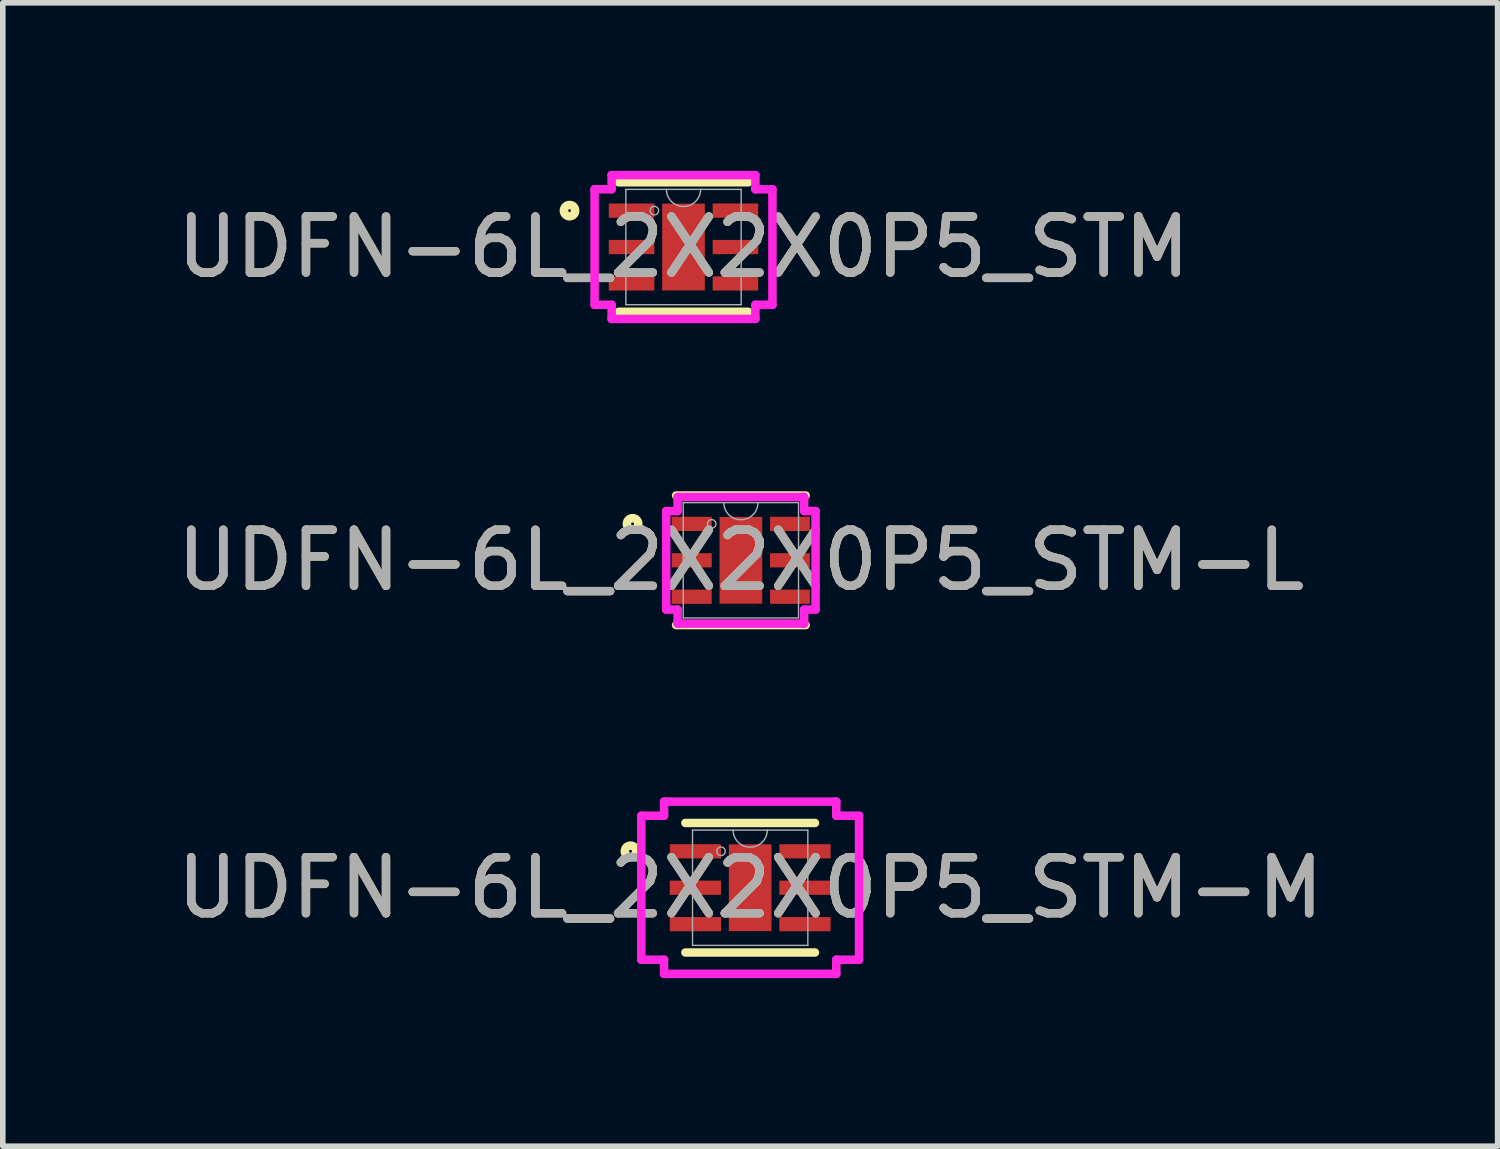
<source format=kicad_pcb>
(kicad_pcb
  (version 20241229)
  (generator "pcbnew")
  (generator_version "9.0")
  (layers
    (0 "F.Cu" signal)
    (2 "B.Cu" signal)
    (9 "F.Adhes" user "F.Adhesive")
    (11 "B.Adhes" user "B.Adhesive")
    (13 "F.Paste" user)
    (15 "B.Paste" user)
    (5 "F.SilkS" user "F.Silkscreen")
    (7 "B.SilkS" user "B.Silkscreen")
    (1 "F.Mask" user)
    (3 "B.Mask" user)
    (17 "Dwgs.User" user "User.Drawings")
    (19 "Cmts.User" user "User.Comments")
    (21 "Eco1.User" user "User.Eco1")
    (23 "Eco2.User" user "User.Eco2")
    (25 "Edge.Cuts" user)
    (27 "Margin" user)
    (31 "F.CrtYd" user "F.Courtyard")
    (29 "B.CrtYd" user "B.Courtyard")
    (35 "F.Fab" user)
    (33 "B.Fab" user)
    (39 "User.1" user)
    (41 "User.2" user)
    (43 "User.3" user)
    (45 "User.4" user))
  (footprint "UDFN-6L_2X2X0P5_STM"
    (layer "F.Cu")
    (at 9.149 1.359)
    (property "Reference" "UDFN-6L_2X2X0P5_STM" (at 0 0 0) (unlocked yes) (layer "F.SilkS") (effects (font (size 1 1) (thickness 0.15))))
    (attr smd)
    (fp_line (start -1.156 1.156) (end 1.156 1.156) (stroke (width 0.152) (type solid)) (layer "F.SilkS"))
    (fp_line (start 1.156 -1.156) (end -1.156 -1.156) (stroke (width 0.152) (type solid)) (layer "F.SilkS"))
    (fp_circle (center -2.034 -0.65) (end -1.933 -0.65) (stroke (width 0.152) (type solid)) (fill no) (layer "F.SilkS"))
    (fp_line (start -1.587 -1.031) (end -1.283 -1.031) (stroke (width 0.152) (type solid)) (layer "F.CrtYd"))
    (fp_line (start -1.587 1.031) (end -1.587 -1.031) (stroke (width 0.152) (type solid)) (layer "F.CrtYd"))
    (fp_line (start -1.587 1.031) (end -1.283 1.031) (stroke (width 0.152) (type solid)) (layer "F.CrtYd"))
    (fp_line (start -1.283 -1.283) (end 1.283 -1.283) (stroke (width 0.152) (type solid)) (layer "F.CrtYd"))
    (fp_line (start -1.283 -1.031) (end -1.283 -1.283) (stroke (width 0.152) (type solid)) (layer "F.CrtYd"))
    (fp_line (start -1.283 1.283) (end -1.283 1.031) (stroke (width 0.152) (type solid)) (layer "F.CrtYd"))
    (fp_line (start 1.283 -1.283) (end 1.283 -1.031) (stroke (width 0.152) (type solid)) (layer "F.CrtYd"))
    (fp_line (start 1.283 1.031) (end 1.283 1.283) (stroke (width 0.152) (type solid)) (layer "F.CrtYd"))
    (fp_line (start 1.283 1.283) (end -1.283 1.283) (stroke (width 0.152) (type solid)) (layer "F.CrtYd"))
    (fp_line (start 1.587 -1.031) (end 1.283 -1.031) (stroke (width 0.152) (type solid)) (layer "F.CrtYd"))
    (fp_line (start 1.587 -1.031) (end 1.587 1.031) (stroke (width 0.152) (type solid)) (layer "F.CrtYd"))
    (fp_line (start 1.587 1.031) (end 1.283 1.031) (stroke (width 0.152) (type solid)) (layer "F.CrtYd"))
    (fp_line (start -1.029 -1.029) (end -1.029 1.029) (stroke (width 0.025) (type solid)) (layer "F.Fab"))
    (fp_line (start -1.029 1.029) (end 1.029 1.029) (stroke (width 0.025) (type solid)) (layer "F.Fab"))
    (fp_line (start 1.029 -1.029) (end -1.029 -1.029) (stroke (width 0.025) (type solid)) (layer "F.Fab"))
    (fp_line (start 1.029 1.029) (end 1.029 -1.029) (stroke (width 0.025) (type solid)) (layer "F.Fab"))
    (fp_arc (start 0.3048 -1.0287) (mid 0 -0.7239) (end -0.3048 -1.0287) (stroke (width 0.0254) (type solid)) (layer "F.Fab"))
    (fp_circle (center -0.521 -0.65) (end -0.445 -0.65) (stroke (width 0.025) (type solid)) (fill no) (layer "F.Fab"))
    (fp_text user "${REFERENCE}" (at 0 0 0) (unlocked yes) (layer "F.Fab") (effects (font (size 1 1) (thickness 0.15))))
    (pad "1" smd rect (at -0.927 -0.65) (size 0.813 0.254) (layers "F.Cu" "F.Mask" "F.Paste"))
    (pad "2" smd rect (at -0.927 0) (size 0.813 0.254) (layers "F.Cu" "F.Mask" "F.Paste"))
    (pad "3" smd rect (at -0.927 0.65) (size 0.813 0.254) (layers "F.Cu" "F.Mask" "F.Paste"))
    (pad "4" smd rect (at 0.927 0.65) (size 0.813 0.254) (layers "F.Cu" "F.Mask" "F.Paste"))
    (pad "5" smd rect (at 0.927 0) (size 0.813 0.254) (layers "F.Cu" "F.Mask" "F.Paste"))
    (pad "6" smd rect (at 0.927 -0.65) (size 0.813 0.254) (layers "F.Cu" "F.Mask" "F.Paste"))
    (pad "7" smd rect (at 0 0) (size 0.762 1.549) (layers "F.Cu" "F.Mask" "F.Paste")))
  (footprint "UDFN-6L_2X2X0P5_STM-L"
    (layer "F.Cu")
    (at 10.173 6.95)
    (property "Reference" "UDFN-6L_2X2X0P5_STM-L" (at 0 0 0) (unlocked yes) (layer "F.SilkS") (effects (font (size 1 1) (thickness 0.15))))
    (attr smd)
    (fp_line (start -1.156 1.156) (end 1.156 1.156) (stroke (width 0.152) (type solid)) (layer "F.SilkS"))
    (fp_line (start 1.156 -1.156) (end -1.156 -1.156) (stroke (width 0.152) (type solid)) (layer "F.SilkS"))
    (fp_circle (center -1.933 -0.65) (end -1.831 -0.65) (stroke (width 0.152) (type solid)) (fill no) (layer "F.SilkS"))
    (fp_line (start -1.333 -0.879) (end -1.13 -0.879) (stroke (width 0.152) (type solid)) (layer "F.CrtYd"))
    (fp_line (start -1.333 0.879) (end -1.333 -0.879) (stroke (width 0.152) (type solid)) (layer "F.CrtYd"))
    (fp_line (start -1.333 0.879) (end -1.13 0.879) (stroke (width 0.152) (type solid)) (layer "F.CrtYd"))
    (fp_line (start -1.13 -1.13) (end 1.13 -1.13) (stroke (width 0.152) (type solid)) (layer "F.CrtYd"))
    (fp_line (start -1.13 -0.879) (end -1.13 -1.13) (stroke (width 0.152) (type solid)) (layer "F.CrtYd"))
    (fp_line (start -1.13 1.13) (end -1.13 0.879) (stroke (width 0.152) (type solid)) (layer "F.CrtYd"))
    (fp_line (start 1.13 -1.13) (end 1.13 -0.879) (stroke (width 0.152) (type solid)) (layer "F.CrtYd"))
    (fp_line (start 1.13 0.879) (end 1.13 1.13) (stroke (width 0.152) (type solid)) (layer "F.CrtYd"))
    (fp_line (start 1.13 1.13) (end -1.13 1.13) (stroke (width 0.152) (type solid)) (layer "F.CrtYd"))
    (fp_line (start 1.333 -0.879) (end 1.13 -0.879) (stroke (width 0.152) (type solid)) (layer "F.CrtYd"))
    (fp_line (start 1.333 -0.879) (end 1.333 0.879) (stroke (width 0.152) (type solid)) (layer "F.CrtYd"))
    (fp_line (start 1.333 0.879) (end 1.13 0.879) (stroke (width 0.152) (type solid)) (layer "F.CrtYd"))
    (fp_line (start -1.029 -1.029) (end -1.029 1.029) (stroke (width 0.025) (type solid)) (layer "F.Fab"))
    (fp_line (start -1.029 1.029) (end 1.029 1.029) (stroke (width 0.025) (type solid)) (layer "F.Fab"))
    (fp_line (start 1.029 -1.029) (end -1.029 -1.029) (stroke (width 0.025) (type solid)) (layer "F.Fab"))
    (fp_line (start 1.029 1.029) (end 1.029 -1.029) (stroke (width 0.025) (type solid)) (layer "F.Fab"))
    (fp_arc (start 0.3048 -1.0287) (mid 0 -0.7239) (end -0.3048 -1.0287) (stroke (width 0.0254) (type solid)) (layer "F.Fab"))
    (fp_circle (center -0.521 -0.65) (end -0.445 -0.65) (stroke (width 0.025) (type solid)) (fill no) (layer "F.Fab"))
    (fp_text user "${REFERENCE}" (at 0 0 0) (unlocked yes) (layer "F.Fab") (effects (font (size 1 1) (thickness 0.15))))
    (pad "1" smd rect (at -0.876 -0.65) (size 0.711 0.254) (layers "F.Cu" "F.Mask" "F.Paste"))
    (pad "2" smd rect (at -0.876 0) (size 0.711 0.254) (layers "F.Cu" "F.Mask" "F.Paste"))
    (pad "3" smd rect (at -0.876 0.65) (size 0.711 0.254) (layers "F.Cu" "F.Mask" "F.Paste"))
    (pad "4" smd rect (at 0.876 0.65) (size 0.711 0.254) (layers "F.Cu" "F.Mask" "F.Paste"))
    (pad "5" smd rect (at 0.876 0) (size 0.711 0.254) (layers "F.Cu" "F.Mask" "F.Paste"))
    (pad "6" smd rect (at 0.876 -0.65) (size 0.711 0.254) (layers "F.Cu" "F.Mask" "F.Paste"))
    (pad "7" smd rect (at 0 0) (size 0.762 1.549) (layers "F.Cu" "F.Mask" "F.Paste")))
  (footprint "UDFN-6L_2X2X0P5_STM-M"
    (layer "F.Cu")
    (at 10.339 12.794)
    (property "Reference" "UDFN-6L_2X2X0P5_STM-M" (at 0 0 0) (unlocked yes) (layer "F.SilkS") (effects (font (size 1 1) (thickness 0.15))))
    (attr smd)
    (fp_line (start -1.156 1.156) (end 1.156 1.156) (stroke (width 0.152) (type solid)) (layer "F.SilkS"))
    (fp_line (start 1.156 -1.156) (end -1.156 -1.156) (stroke (width 0.152) (type solid)) (layer "F.SilkS"))
    (fp_circle (center -2.136 -0.65) (end -2.034 -0.65) (stroke (width 0.152) (type solid)) (fill no) (layer "F.SilkS"))
    (fp_line (start -1.943 -1.285) (end -1.537 -1.285) (stroke (width 0.152) (type solid)) (layer "F.CrtYd"))
    (fp_line (start -1.943 1.285) (end -1.943 -1.285) (stroke (width 0.152) (type solid)) (layer "F.CrtYd"))
    (fp_line (start -1.943 1.285) (end -1.537 1.285) (stroke (width 0.152) (type solid)) (layer "F.CrtYd"))
    (fp_line (start -1.537 -1.537) (end 1.537 -1.537) (stroke (width 0.152) (type solid)) (layer "F.CrtYd"))
    (fp_line (start -1.537 -1.285) (end -1.537 -1.537) (stroke (width 0.152) (type solid)) (layer "F.CrtYd"))
    (fp_line (start -1.537 1.537) (end -1.537 1.285) (stroke (width 0.152) (type solid)) (layer "F.CrtYd"))
    (fp_line (start 1.537 -1.537) (end 1.537 -1.285) (stroke (width 0.152) (type solid)) (layer "F.CrtYd"))
    (fp_line (start 1.537 1.285) (end 1.537 1.537) (stroke (width 0.152) (type solid)) (layer "F.CrtYd"))
    (fp_line (start 1.537 1.537) (end -1.537 1.537) (stroke (width 0.152) (type solid)) (layer "F.CrtYd"))
    (fp_line (start 1.943 -1.285) (end 1.537 -1.285) (stroke (width 0.152) (type solid)) (layer "F.CrtYd"))
    (fp_line (start 1.943 -1.285) (end 1.943 1.285) (stroke (width 0.152) (type solid)) (layer "F.CrtYd"))
    (fp_line (start 1.943 1.285) (end 1.537 1.285) (stroke (width 0.152) (type solid)) (layer "F.CrtYd"))
    (fp_line (start -1.029 -1.029) (end -1.029 1.029) (stroke (width 0.025) (type solid)) (layer "F.Fab"))
    (fp_line (start -1.029 1.029) (end 1.029 1.029) (stroke (width 0.025) (type solid)) (layer "F.Fab"))
    (fp_line (start 1.029 -1.029) (end -1.029 -1.029) (stroke (width 0.025) (type solid)) (layer "F.Fab"))
    (fp_line (start 1.029 1.029) (end 1.029 -1.029) (stroke (width 0.025) (type solid)) (layer "F.Fab"))
    (fp_arc (start 0.3048 -1.0287) (mid 0 -0.7239) (end -0.3048 -1.0287) (stroke (width 0.0254) (type solid)) (layer "F.Fab"))
    (fp_circle (center -0.521 -0.65) (end -0.445 -0.65) (stroke (width 0.025) (type solid)) (fill no) (layer "F.Fab"))
    (fp_text user "${REFERENCE}" (at 0 0 0) (unlocked yes) (layer "F.Fab") (effects (font (size 1 1) (thickness 0.15))))
    (pad "1" smd rect (at -0.978 -0.65) (size 0.914 0.254) (layers "F.Cu" "F.Mask" "F.Paste"))
    (pad "2" smd rect (at -0.978 0) (size 0.914 0.254) (layers "F.Cu" "F.Mask" "F.Paste"))
    (pad "3" smd rect (at -0.978 0.65) (size 0.914 0.254) (layers "F.Cu" "F.Mask" "F.Paste"))
    (pad "4" smd rect (at 0.978 0.65) (size 0.914 0.254) (layers "F.Cu" "F.Mask" "F.Paste"))
    (pad "5" smd rect (at 0.978 0) (size 0.914 0.254) (layers "F.Cu" "F.Mask" "F.Paste"))
    (pad "6" smd rect (at 0.978 -0.65) (size 0.914 0.254) (layers "F.Cu" "F.Mask" "F.Paste"))
    (pad "7" smd rect (at 0 0) (size 0.762 1.549) (layers "F.Cu" "F.Mask" "F.Paste")))
  (gr_rect
    (start -3 -3)
    (end 23.679 17.407)
    (stroke (width 0.1) (type default))
    (fill no)
    (layer "Edge.Cuts")))
</source>
